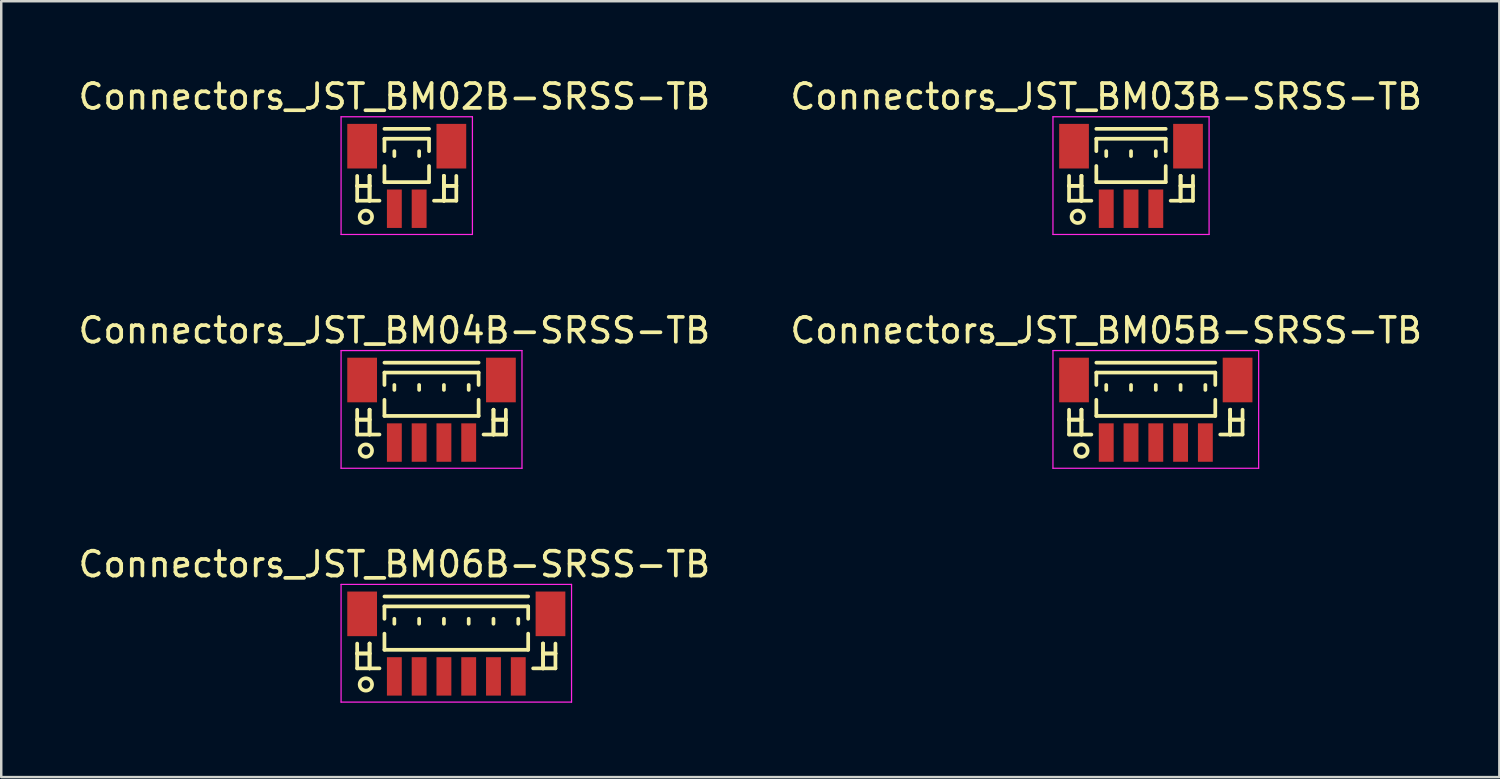
<source format=kicad_pcb>
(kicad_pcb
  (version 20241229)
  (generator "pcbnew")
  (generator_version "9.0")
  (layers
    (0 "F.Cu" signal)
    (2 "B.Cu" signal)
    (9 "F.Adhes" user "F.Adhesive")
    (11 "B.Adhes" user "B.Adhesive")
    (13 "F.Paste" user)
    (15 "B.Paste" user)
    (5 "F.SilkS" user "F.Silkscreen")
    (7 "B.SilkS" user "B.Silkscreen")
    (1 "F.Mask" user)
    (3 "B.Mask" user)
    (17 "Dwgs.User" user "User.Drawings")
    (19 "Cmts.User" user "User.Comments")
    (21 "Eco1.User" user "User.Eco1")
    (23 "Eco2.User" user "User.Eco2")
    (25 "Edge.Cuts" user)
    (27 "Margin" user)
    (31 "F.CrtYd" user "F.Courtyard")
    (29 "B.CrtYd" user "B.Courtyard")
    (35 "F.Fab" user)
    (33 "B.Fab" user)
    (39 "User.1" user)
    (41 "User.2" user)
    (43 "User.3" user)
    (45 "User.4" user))
  (footprint "Connectors_JST_BM04B-SRSS-TB"
    (layer "F.Cu")
    (at 14.363 13.546)
    (property "Reference" "Connectors_JST_BM04B-SRSS-TB" (at -1.5 -3.263 0) (layer "F.SilkS") (effects (font (size 1 1) (thickness 0.15))))
    (attr smd)
    (fp_line (start -3 -0.062) (end -3 0.938) (stroke (width 0.15) (type solid)) (layer "F.SilkS"))
    (fp_line (start -3 0.338) (end -3 0.338) (stroke (width 0.15) (type solid)) (layer "F.SilkS"))
    (fp_line (start -3 0.338) (end -2.5 0.338) (stroke (width 0.15) (type solid)) (layer "F.SilkS"))
    (fp_line (start -3 0.938) (end -2.1 0.938) (stroke (width 0.15) (type solid)) (layer "F.SilkS"))
    (fp_line (start -2.5 -0.062) (end -2.5 -0.062) (stroke (width 0.15) (type solid)) (layer "F.SilkS"))
    (fp_line (start -2.5 -0.062) (end -2.5 0.938) (stroke (width 0.15) (type solid)) (layer "F.SilkS"))
    (fp_line (start -2.5 0.338) (end -3 0.338) (stroke (width 0.15) (type solid)) (layer "F.SilkS"))
    (fp_line (start -2.5 0.338) (end -2.5 0.338) (stroke (width 0.15) (type solid)) (layer "F.SilkS"))
    (fp_line (start -2.5 0.938) (end -2.5 -0.062) (stroke (width 0.15) (type solid)) (layer "F.SilkS"))
    (fp_line (start -2.5 0.938) (end -2.5 0.938) (stroke (width 0.15) (type solid)) (layer "F.SilkS"))
    (fp_line (start -1.9 -1.962) (end 1.9 -1.962) (stroke (width 0.15) (type solid)) (layer "F.SilkS"))
    (fp_line (start -1.9 -1.562) (end 1.9 -1.562) (stroke (width 0.15) (type solid)) (layer "F.SilkS"))
    (fp_line (start -1.9 -1.062) (end -1.9 -1.562) (stroke (width 0.15) (type solid)) (layer "F.SilkS"))
    (fp_line (start -1.9 -0.463) (end -1.9 0.188) (stroke (width 0.15) (type solid)) (layer "F.SilkS"))
    (fp_line (start -1.9 0.188) (end 1.9 0.188) (stroke (width 0.15) (type solid)) (layer "F.SilkS"))
    (fp_line (start -1.5 -1.062) (end -1.5 -0.863) (stroke (width 0.15) (type solid)) (layer "F.SilkS"))
    (fp_line (start -0.5 -1.062) (end -0.5 -0.863) (stroke (width 0.15) (type solid)) (layer "F.SilkS"))
    (fp_line (start 0.5 -1.062) (end 0.5 -0.863) (stroke (width 0.15) (type solid)) (layer "F.SilkS"))
    (fp_line (start 1.5 -1.062) (end 1.5 -0.863) (stroke (width 0.15) (type solid)) (layer "F.SilkS"))
    (fp_line (start 1.9 -1.562) (end 1.9 -1.062) (stroke (width 0.15) (type solid)) (layer "F.SilkS"))
    (fp_line (start 1.9 0.188) (end 1.9 -0.463) (stroke (width 0.15) (type solid)) (layer "F.SilkS"))
    (fp_line (start 2.5 -0.062) (end 2.5 -0.062) (stroke (width 0.15) (type solid)) (layer "F.SilkS"))
    (fp_line (start 2.5 -0.062) (end 2.5 0.938) (stroke (width 0.15) (type solid)) (layer "F.SilkS"))
    (fp_line (start 2.5 0.338) (end 2.5 0.338) (stroke (width 0.15) (type solid)) (layer "F.SilkS"))
    (fp_line (start 2.5 0.338) (end 3 0.338) (stroke (width 0.15) (type solid)) (layer "F.SilkS"))
    (fp_line (start 2.5 0.938) (end 2.5 -0.062) (stroke (width 0.15) (type solid)) (layer "F.SilkS"))
    (fp_line (start 2.5 0.938) (end 2.5 0.938) (stroke (width 0.15) (type solid)) (layer "F.SilkS"))
    (fp_line (start 3 -0.062) (end 3 0.938) (stroke (width 0.15) (type solid)) (layer "F.SilkS"))
    (fp_line (start 3 0.338) (end 2.5 0.338) (stroke (width 0.15) (type solid)) (layer "F.SilkS"))
    (fp_line (start 3 0.338) (end 3 0.338) (stroke (width 0.15) (type solid)) (layer "F.SilkS"))
    (fp_line (start 3 0.938) (end 2.1 0.938) (stroke (width 0.15) (type solid)) (layer "F.SilkS"))
    (fp_circle (center -2.65 1.587) (end -2.4 1.587) (stroke (width 0.15) (type solid)) (fill no) (layer "F.SilkS"))
    (fp_line (start -3.65 -2.45) (end 3.65 -2.45) (stroke (width 0.05) (type solid)) (layer "F.CrtYd"))
    (fp_line (start -3.65 2.3) (end -3.65 -2.45) (stroke (width 0.05) (type solid)) (layer "F.CrtYd"))
    (fp_line (start 3.65 -2.45) (end 3.65 2.3) (stroke (width 0.05) (type solid)) (layer "F.CrtYd"))
    (fp_line (start 3.65 2.3) (end -3.65 2.3) (stroke (width 0.05) (type solid)) (layer "F.CrtYd"))
    (pad "" smd rect (at -2.8 -1.262) (size 1.2 1.8) (layers "F.Cu" "F.Mask" "F.Paste"))
    (pad "" smd rect (at 2.8 -1.262) (size 1.2 1.8) (layers "F.Cu" "F.Mask" "F.Paste"))
    (pad "1" smd rect (at -1.5 1.262) (size 0.6 1.55) (layers "F.Cu" "F.Mask" "F.Paste"))
    (pad "2" smd rect (at -0.5 1.262) (size 0.6 1.55) (layers "F.Cu" "F.Mask" "F.Paste"))
    (pad "3" smd rect (at 0.5 1.262) (size 0.6 1.55) (layers "F.Cu" "F.Mask" "F.Paste"))
    (pad "4" smd rect (at 1.5 1.262) (size 0.6 1.55) (layers "F.Cu" "F.Mask" "F.Paste")))
  (footprint "Connectors_JST_BM05B-SRSS-TB"
    (layer "F.Cu")
    (at 43.589 13.546)
    (property "Reference" "Connectors_JST_BM05B-SRSS-TB" (at -2 -3.263 0) (layer "F.SilkS") (effects (font (size 1 1) (thickness 0.15))))
    (attr smd)
    (fp_line (start -3.5 -0.062) (end -3.5 0.938) (stroke (width 0.15) (type solid)) (layer "F.SilkS"))
    (fp_line (start -3.5 0.338) (end -3.5 0.338) (stroke (width 0.15) (type solid)) (layer "F.SilkS"))
    (fp_line (start -3.5 0.338) (end -3 0.338) (stroke (width 0.15) (type solid)) (layer "F.SilkS"))
    (fp_line (start -3.5 0.938) (end -2.6 0.938) (stroke (width 0.15) (type solid)) (layer "F.SilkS"))
    (fp_line (start -3 -0.062) (end -3 -0.062) (stroke (width 0.15) (type solid)) (layer "F.SilkS"))
    (fp_line (start -3 -0.062) (end -3 0.938) (stroke (width 0.15) (type solid)) (layer "F.SilkS"))
    (fp_line (start -3 0.338) (end -3.5 0.338) (stroke (width 0.15) (type solid)) (layer "F.SilkS"))
    (fp_line (start -3 0.338) (end -3 0.338) (stroke (width 0.15) (type solid)) (layer "F.SilkS"))
    (fp_line (start -3 0.938) (end -3 -0.062) (stroke (width 0.15) (type solid)) (layer "F.SilkS"))
    (fp_line (start -3 0.938) (end -3 0.938) (stroke (width 0.15) (type solid)) (layer "F.SilkS"))
    (fp_line (start -2.4 -1.962) (end 2.4 -1.962) (stroke (width 0.15) (type solid)) (layer "F.SilkS"))
    (fp_line (start -2.4 -1.562) (end 2.4 -1.562) (stroke (width 0.15) (type solid)) (layer "F.SilkS"))
    (fp_line (start -2.4 -1.062) (end -2.4 -1.562) (stroke (width 0.15) (type solid)) (layer "F.SilkS"))
    (fp_line (start -2.4 -0.463) (end -2.4 0.188) (stroke (width 0.15) (type solid)) (layer "F.SilkS"))
    (fp_line (start -2.4 0.188) (end 2.4 0.188) (stroke (width 0.15) (type solid)) (layer "F.SilkS"))
    (fp_line (start -2 -1.062) (end -2 -0.863) (stroke (width 0.15) (type solid)) (layer "F.SilkS"))
    (fp_line (start -1 -1.062) (end -1 -0.863) (stroke (width 0.15) (type solid)) (layer "F.SilkS"))
    (fp_line (start 0 -1.062) (end 0 -0.863) (stroke (width 0.15) (type solid)) (layer "F.SilkS"))
    (fp_line (start 1 -1.062) (end 1 -0.863) (stroke (width 0.15) (type solid)) (layer "F.SilkS"))
    (fp_line (start 2 -1.062) (end 2 -0.863) (stroke (width 0.15) (type solid)) (layer "F.SilkS"))
    (fp_line (start 2.4 -1.562) (end 2.4 -1.062) (stroke (width 0.15) (type solid)) (layer "F.SilkS"))
    (fp_line (start 2.4 0.188) (end 2.4 -0.463) (stroke (width 0.15) (type solid)) (layer "F.SilkS"))
    (fp_line (start 3 -0.062) (end 3 -0.062) (stroke (width 0.15) (type solid)) (layer "F.SilkS"))
    (fp_line (start 3 -0.062) (end 3 0.938) (stroke (width 0.15) (type solid)) (layer "F.SilkS"))
    (fp_line (start 3 0.338) (end 3 0.338) (stroke (width 0.15) (type solid)) (layer "F.SilkS"))
    (fp_line (start 3 0.338) (end 3.5 0.338) (stroke (width 0.15) (type solid)) (layer "F.SilkS"))
    (fp_line (start 3 0.938) (end 3 -0.062) (stroke (width 0.15) (type solid)) (layer "F.SilkS"))
    (fp_line (start 3 0.938) (end 3 0.938) (stroke (width 0.15) (type solid)) (layer "F.SilkS"))
    (fp_line (start 3.5 -0.062) (end 3.5 0.938) (stroke (width 0.15) (type solid)) (layer "F.SilkS"))
    (fp_line (start 3.5 0.338) (end 3 0.338) (stroke (width 0.15) (type solid)) (layer "F.SilkS"))
    (fp_line (start 3.5 0.338) (end 3.5 0.338) (stroke (width 0.15) (type solid)) (layer "F.SilkS"))
    (fp_line (start 3.5 0.938) (end 2.6 0.938) (stroke (width 0.15) (type solid)) (layer "F.SilkS"))
    (fp_circle (center -3 1.587) (end -2.75 1.587) (stroke (width 0.15) (type solid)) (fill no) (layer "F.SilkS"))
    (fp_line (start -4.15 -2.45) (end 4.15 -2.45) (stroke (width 0.05) (type solid)) (layer "F.CrtYd"))
    (fp_line (start -4.15 2.3) (end -4.15 -2.45) (stroke (width 0.05) (type solid)) (layer "F.CrtYd"))
    (fp_line (start 4.15 -2.45) (end 4.15 2.3) (stroke (width 0.05) (type solid)) (layer "F.CrtYd"))
    (fp_line (start 4.15 2.3) (end -4.15 2.3) (stroke (width 0.05) (type solid)) (layer "F.CrtYd"))
    (pad "" smd rect (at -3.3 -1.262) (size 1.2 1.8) (layers "F.Cu" "F.Mask" "F.Paste"))
    (pad "" smd rect (at 3.3 -1.262) (size 1.2 1.8) (layers "F.Cu" "F.Mask" "F.Paste"))
    (pad "1" smd rect (at -2 1.262) (size 0.6 1.55) (layers "F.Cu" "F.Mask" "F.Paste"))
    (pad "2" smd rect (at -1 1.262) (size 0.6 1.55) (layers "F.Cu" "F.Mask" "F.Paste"))
    (pad "3" smd rect (at 0 1.262) (size 0.6 1.55) (layers "F.Cu" "F.Mask" "F.Paste"))
    (pad "4" smd rect (at 1 1.262) (size 0.6 1.55) (layers "F.Cu" "F.Mask" "F.Paste"))
    (pad "5" smd rect (at 2 1.262) (size 0.6 1.55) (layers "F.Cu" "F.Mask" "F.Paste")))
  (footprint "Connectors_JST_BM06B-SRSS-TB"
    (layer "F.Cu")
    (at 15.363 22.982)
    (property "Reference" "Connectors_JST_BM06B-SRSS-TB" (at -2.5 -3.263 0) (layer "F.SilkS") (effects (font (size 1 1) (thickness 0.15))))
    (attr smd)
    (fp_line (start -4 -0.062) (end -4 0.938) (stroke (width 0.15) (type solid)) (layer "F.SilkS"))
    (fp_line (start -4 0.338) (end -4 0.338) (stroke (width 0.15) (type solid)) (layer "F.SilkS"))
    (fp_line (start -4 0.338) (end -3.5 0.338) (stroke (width 0.15) (type solid)) (layer "F.SilkS"))
    (fp_line (start -4 0.938) (end -3.1 0.938) (stroke (width 0.15) (type solid)) (layer "F.SilkS"))
    (fp_line (start -3.5 -0.062) (end -3.5 -0.062) (stroke (width 0.15) (type solid)) (layer "F.SilkS"))
    (fp_line (start -3.5 -0.062) (end -3.5 0.938) (stroke (width 0.15) (type solid)) (layer "F.SilkS"))
    (fp_line (start -3.5 0.338) (end -4 0.338) (stroke (width 0.15) (type solid)) (layer "F.SilkS"))
    (fp_line (start -3.5 0.338) (end -3.5 0.338) (stroke (width 0.15) (type solid)) (layer "F.SilkS"))
    (fp_line (start -3.5 0.938) (end -3.5 -0.062) (stroke (width 0.15) (type solid)) (layer "F.SilkS"))
    (fp_line (start -3.5 0.938) (end -3.5 0.938) (stroke (width 0.15) (type solid)) (layer "F.SilkS"))
    (fp_line (start -2.9 -1.962) (end 2.9 -1.962) (stroke (width 0.15) (type solid)) (layer "F.SilkS"))
    (fp_line (start -2.9 -1.562) (end 2.9 -1.562) (stroke (width 0.15) (type solid)) (layer "F.SilkS"))
    (fp_line (start -2.9 -1.062) (end -2.9 -1.562) (stroke (width 0.15) (type solid)) (layer "F.SilkS"))
    (fp_line (start -2.9 -0.463) (end -2.9 0.188) (stroke (width 0.15) (type solid)) (layer "F.SilkS"))
    (fp_line (start -2.9 0.188) (end 2.9 0.188) (stroke (width 0.15) (type solid)) (layer "F.SilkS"))
    (fp_line (start -2.5 -1.062) (end -2.5 -0.863) (stroke (width 0.15) (type solid)) (layer "F.SilkS"))
    (fp_line (start -1.5 -1.062) (end -1.5 -0.863) (stroke (width 0.15) (type solid)) (layer "F.SilkS"))
    (fp_line (start -0.5 -1.062) (end -0.5 -0.863) (stroke (width 0.15) (type solid)) (layer "F.SilkS"))
    (fp_line (start 0.5 -1.062) (end 0.5 -0.863) (stroke (width 0.15) (type solid)) (layer "F.SilkS"))
    (fp_line (start 1.5 -1.062) (end 1.5 -0.863) (stroke (width 0.15) (type solid)) (layer "F.SilkS"))
    (fp_line (start 2.5 -1.062) (end 2.5 -0.863) (stroke (width 0.15) (type solid)) (layer "F.SilkS"))
    (fp_line (start 2.9 -1.562) (end 2.9 -1.062) (stroke (width 0.15) (type solid)) (layer "F.SilkS"))
    (fp_line (start 2.9 0.188) (end 2.9 -0.463) (stroke (width 0.15) (type solid)) (layer "F.SilkS"))
    (fp_line (start 3.5 -0.062) (end 3.5 -0.062) (stroke (width 0.15) (type solid)) (layer "F.SilkS"))
    (fp_line (start 3.5 -0.062) (end 3.5 0.938) (stroke (width 0.15) (type solid)) (layer "F.SilkS"))
    (fp_line (start 3.5 0.338) (end 3.5 0.338) (stroke (width 0.15) (type solid)) (layer "F.SilkS"))
    (fp_line (start 3.5 0.338) (end 4 0.338) (stroke (width 0.15) (type solid)) (layer "F.SilkS"))
    (fp_line (start 3.5 0.938) (end 3.5 -0.062) (stroke (width 0.15) (type solid)) (layer "F.SilkS"))
    (fp_line (start 3.5 0.938) (end 3.5 0.938) (stroke (width 0.15) (type solid)) (layer "F.SilkS"))
    (fp_line (start 4 -0.062) (end 4 0.938) (stroke (width 0.15) (type solid)) (layer "F.SilkS"))
    (fp_line (start 4 0.338) (end 3.5 0.338) (stroke (width 0.15) (type solid)) (layer "F.SilkS"))
    (fp_line (start 4 0.338) (end 4 0.338) (stroke (width 0.15) (type solid)) (layer "F.SilkS"))
    (fp_line (start 4 0.938) (end 3.1 0.938) (stroke (width 0.15) (type solid)) (layer "F.SilkS"))
    (fp_circle (center -3.65 1.587) (end -3.4 1.587) (stroke (width 0.15) (type solid)) (fill no) (layer "F.SilkS"))
    (fp_line (start -4.65 -2.45) (end 4.65 -2.45) (stroke (width 0.05) (type solid)) (layer "F.CrtYd"))
    (fp_line (start -4.65 2.3) (end -4.65 -2.45) (stroke (width 0.05) (type solid)) (layer "F.CrtYd"))
    (fp_line (start 4.65 -2.45) (end 4.65 2.3) (stroke (width 0.05) (type solid)) (layer "F.CrtYd"))
    (fp_line (start 4.65 2.3) (end -4.65 2.3) (stroke (width 0.05) (type solid)) (layer "F.CrtYd"))
    (pad "" smd rect (at -3.8 -1.262) (size 1.2 1.8) (layers "F.Cu" "F.Mask" "F.Paste"))
    (pad "" smd rect (at 3.8 -1.262) (size 1.2 1.8) (layers "F.Cu" "F.Mask" "F.Paste"))
    (pad "1" smd rect (at -2.5 1.262) (size 0.6 1.55) (layers "F.Cu" "F.Mask" "F.Paste"))
    (pad "2" smd rect (at -1.5 1.262) (size 0.6 1.55) (layers "F.Cu" "F.Mask" "F.Paste"))
    (pad "3" smd rect (at -0.5 1.262) (size 0.6 1.55) (layers "F.Cu" "F.Mask" "F.Paste"))
    (pad "4" smd rect (at 0.5 1.262) (size 0.6 1.55) (layers "F.Cu" "F.Mask" "F.Paste"))
    (pad "5" smd rect (at 1.5 1.262) (size 0.6 1.55) (layers "F.Cu" "F.Mask" "F.Paste"))
    (pad "6" smd rect (at 2.5 1.262) (size 0.6 1.55) (layers "F.Cu" "F.Mask" "F.Paste")))
  (footprint "Connectors_JST_BM02B-SRSS-TB"
    (layer "F.Cu")
    (at 13.363 4.111)
    (property "Reference" "Connectors_JST_BM02B-SRSS-TB" (at -0.5 -3.263 0) (layer "F.SilkS") (effects (font (size 1 1) (thickness 0.15))))
    (attr smd)
    (fp_line (start -2 -0.062) (end -2 0.938) (stroke (width 0.15) (type solid)) (layer "F.SilkS"))
    (fp_line (start -2 0.338) (end -2 0.338) (stroke (width 0.15) (type solid)) (layer "F.SilkS"))
    (fp_line (start -2 0.338) (end -1.5 0.338) (stroke (width 0.15) (type solid)) (layer "F.SilkS"))
    (fp_line (start -2 0.938) (end -1.1 0.938) (stroke (width 0.15) (type solid)) (layer "F.SilkS"))
    (fp_line (start -1.5 -0.062) (end -1.5 -0.062) (stroke (width 0.15) (type solid)) (layer "F.SilkS"))
    (fp_line (start -1.5 -0.062) (end -1.5 0.938) (stroke (width 0.15) (type solid)) (layer "F.SilkS"))
    (fp_line (start -1.5 0.338) (end -2 0.338) (stroke (width 0.15) (type solid)) (layer "F.SilkS"))
    (fp_line (start -1.5 0.338) (end -1.5 0.338) (stroke (width 0.15) (type solid)) (layer "F.SilkS"))
    (fp_line (start -1.5 0.938) (end -1.5 -0.062) (stroke (width 0.15) (type solid)) (layer "F.SilkS"))
    (fp_line (start -1.5 0.938) (end -1.5 0.938) (stroke (width 0.15) (type solid)) (layer "F.SilkS"))
    (fp_line (start -0.9 -1.962) (end 0.9 -1.962) (stroke (width 0.15) (type solid)) (layer "F.SilkS"))
    (fp_line (start -0.9 -1.562) (end 0.9 -1.562) (stroke (width 0.15) (type solid)) (layer "F.SilkS"))
    (fp_line (start -0.9 -1.062) (end -0.9 -1.562) (stroke (width 0.15) (type solid)) (layer "F.SilkS"))
    (fp_line (start -0.9 -0.463) (end -0.9 0.188) (stroke (width 0.15) (type solid)) (layer "F.SilkS"))
    (fp_line (start -0.9 0.188) (end 0.9 0.188) (stroke (width 0.15) (type solid)) (layer "F.SilkS"))
    (fp_line (start -0.5 -1.062) (end -0.5 -0.863) (stroke (width 0.15) (type solid)) (layer "F.SilkS"))
    (fp_line (start 0.5 -1.062) (end 0.5 -0.863) (stroke (width 0.15) (type solid)) (layer "F.SilkS"))
    (fp_line (start 0.9 -1.562) (end 0.9 -1.062) (stroke (width 0.15) (type solid)) (layer "F.SilkS"))
    (fp_line (start 0.9 0.188) (end 0.9 -0.463) (stroke (width 0.15) (type solid)) (layer "F.SilkS"))
    (fp_line (start 1.5 -0.062) (end 1.5 -0.062) (stroke (width 0.15) (type solid)) (layer "F.SilkS"))
    (fp_line (start 1.5 -0.062) (end 1.5 0.938) (stroke (width 0.15) (type solid)) (layer "F.SilkS"))
    (fp_line (start 1.5 0.338) (end 1.5 0.338) (stroke (width 0.15) (type solid)) (layer "F.SilkS"))
    (fp_line (start 1.5 0.338) (end 2 0.338) (stroke (width 0.15) (type solid)) (layer "F.SilkS"))
    (fp_line (start 1.5 0.938) (end 1.5 -0.062) (stroke (width 0.15) (type solid)) (layer "F.SilkS"))
    (fp_line (start 1.5 0.938) (end 1.5 0.938) (stroke (width 0.15) (type solid)) (layer "F.SilkS"))
    (fp_line (start 2 -0.062) (end 2 0.938) (stroke (width 0.15) (type solid)) (layer "F.SilkS"))
    (fp_line (start 2 0.338) (end 1.5 0.338) (stroke (width 0.15) (type solid)) (layer "F.SilkS"))
    (fp_line (start 2 0.338) (end 2 0.338) (stroke (width 0.15) (type solid)) (layer "F.SilkS"))
    (fp_line (start 2 0.938) (end 1.1 0.938) (stroke (width 0.15) (type solid)) (layer "F.SilkS"))
    (fp_circle (center -1.65 1.587) (end -1.4 1.587) (stroke (width 0.15) (type solid)) (fill no) (layer "F.SilkS"))
    (fp_line (start -2.65 -2.45) (end 2.65 -2.45) (stroke (width 0.05) (type solid)) (layer "F.CrtYd"))
    (fp_line (start -2.65 2.3) (end -2.65 -2.45) (stroke (width 0.05) (type solid)) (layer "F.CrtYd"))
    (fp_line (start 2.65 -2.45) (end 2.65 2.3) (stroke (width 0.05) (type solid)) (layer "F.CrtYd"))
    (fp_line (start 2.65 2.3) (end -2.65 2.3) (stroke (width 0.05) (type solid)) (layer "F.CrtYd"))
    (pad "" smd rect (at -1.8 -1.262) (size 1.2 1.8) (layers "F.Cu" "F.Mask" "F.Paste"))
    (pad "" smd rect (at 1.8 -1.262) (size 1.2 1.8) (layers "F.Cu" "F.Mask" "F.Paste"))
    (pad "1" smd rect (at -0.5 1.262) (size 0.6 1.55) (layers "F.Cu" "F.Mask" "F.Paste"))
    (pad "2" smd rect (at 0.5 1.262) (size 0.6 1.55) (layers "F.Cu" "F.Mask" "F.Paste")))
  (footprint "Connectors_JST_BM03B-SRSS-TB"
    (layer "F.Cu")
    (at 42.589 4.111)
    (property "Reference" "Connectors_JST_BM03B-SRSS-TB" (at -1 -3.263 0) (layer "F.SilkS") (effects (font (size 1 1) (thickness 0.15))))
    (attr smd)
    (fp_line (start -2.5 -0.062) (end -2.5 0.938) (stroke (width 0.15) (type solid)) (layer "F.SilkS"))
    (fp_line (start -2.5 0.338) (end -2.5 0.338) (stroke (width 0.15) (type solid)) (layer "F.SilkS"))
    (fp_line (start -2.5 0.338) (end -2 0.338) (stroke (width 0.15) (type solid)) (layer "F.SilkS"))
    (fp_line (start -2.5 0.938) (end -1.6 0.938) (stroke (width 0.15) (type solid)) (layer "F.SilkS"))
    (fp_line (start -2 -0.062) (end -2 -0.062) (stroke (width 0.15) (type solid)) (layer "F.SilkS"))
    (fp_line (start -2 -0.062) (end -2 0.938) (stroke (width 0.15) (type solid)) (layer "F.SilkS"))
    (fp_line (start -2 0.338) (end -2.5 0.338) (stroke (width 0.15) (type solid)) (layer "F.SilkS"))
    (fp_line (start -2 0.338) (end -2 0.338) (stroke (width 0.15) (type solid)) (layer "F.SilkS"))
    (fp_line (start -2 0.938) (end -2 -0.062) (stroke (width 0.15) (type solid)) (layer "F.SilkS"))
    (fp_line (start -2 0.938) (end -2 0.938) (stroke (width 0.15) (type solid)) (layer "F.SilkS"))
    (fp_line (start -1.4 -1.962) (end 1.4 -1.962) (stroke (width 0.15) (type solid)) (layer "F.SilkS"))
    (fp_line (start -1.4 -1.562) (end 1.4 -1.562) (stroke (width 0.15) (type solid)) (layer "F.SilkS"))
    (fp_line (start -1.4 -1.062) (end -1.4 -1.562) (stroke (width 0.15) (type solid)) (layer "F.SilkS"))
    (fp_line (start -1.4 -0.463) (end -1.4 0.188) (stroke (width 0.15) (type solid)) (layer "F.SilkS"))
    (fp_line (start -1.4 0.188) (end 1.4 0.188) (stroke (width 0.15) (type solid)) (layer "F.SilkS"))
    (fp_line (start -1 -1.062) (end -1 -0.863) (stroke (width 0.15) (type solid)) (layer "F.SilkS"))
    (fp_line (start 0 -1.062) (end 0 -0.863) (stroke (width 0.15) (type solid)) (layer "F.SilkS"))
    (fp_line (start 1 -1.062) (end 1 -0.863) (stroke (width 0.15) (type solid)) (layer "F.SilkS"))
    (fp_line (start 1.4 -1.562) (end 1.4 -1.062) (stroke (width 0.15) (type solid)) (layer "F.SilkS"))
    (fp_line (start 1.4 0.188) (end 1.4 -0.463) (stroke (width 0.15) (type solid)) (layer "F.SilkS"))
    (fp_line (start 2 -0.062) (end 2 -0.062) (stroke (width 0.15) (type solid)) (layer "F.SilkS"))
    (fp_line (start 2 -0.062) (end 2 0.938) (stroke (width 0.15) (type solid)) (layer "F.SilkS"))
    (fp_line (start 2 0.338) (end 2 0.338) (stroke (width 0.15) (type solid)) (layer "F.SilkS"))
    (fp_line (start 2 0.338) (end 2.5 0.338) (stroke (width 0.15) (type solid)) (layer "F.SilkS"))
    (fp_line (start 2 0.938) (end 2 -0.062) (stroke (width 0.15) (type solid)) (layer "F.SilkS"))
    (fp_line (start 2 0.938) (end 2 0.938) (stroke (width 0.15) (type solid)) (layer "F.SilkS"))
    (fp_line (start 2.5 -0.062) (end 2.5 0.938) (stroke (width 0.15) (type solid)) (layer "F.SilkS"))
    (fp_line (start 2.5 0.338) (end 2 0.338) (stroke (width 0.15) (type solid)) (layer "F.SilkS"))
    (fp_line (start 2.5 0.338) (end 2.5 0.338) (stroke (width 0.15) (type solid)) (layer "F.SilkS"))
    (fp_line (start 2.5 0.938) (end 1.6 0.938) (stroke (width 0.15) (type solid)) (layer "F.SilkS"))
    (fp_circle (center -2.15 1.587) (end -1.9 1.587) (stroke (width 0.15) (type solid)) (fill no) (layer "F.SilkS"))
    (fp_line (start -3.15 -2.45) (end 3.15 -2.45) (stroke (width 0.05) (type solid)) (layer "F.CrtYd"))
    (fp_line (start -3.15 2.3) (end -3.15 -2.45) (stroke (width 0.05) (type solid)) (layer "F.CrtYd"))
    (fp_line (start 3.15 -2.45) (end 3.15 2.3) (stroke (width 0.05) (type solid)) (layer "F.CrtYd"))
    (fp_line (start 3.15 2.3) (end -3.15 2.3) (stroke (width 0.05) (type solid)) (layer "F.CrtYd"))
    (pad "" smd rect (at -2.3 -1.262) (size 1.2 1.8) (layers "F.Cu" "F.Mask" "F.Paste"))
    (pad "" smd rect (at 2.3 -1.262) (size 1.2 1.8) (layers "F.Cu" "F.Mask" "F.Paste"))
    (pad "1" smd rect (at -1 1.262) (size 0.6 1.55) (layers "F.Cu" "F.Mask" "F.Paste"))
    (pad "2" smd rect (at 0 1.262) (size 0.6 1.55) (layers "F.Cu" "F.Mask" "F.Paste"))
    (pad "3" smd rect (at 1 1.262) (size 0.6 1.55) (layers "F.Cu" "F.Mask" "F.Paste")))
  (gr_rect
    (start -3 -3)
    (end 57.452 28.307)
    (stroke (width 0.1) (type default))
    (fill no)
    (layer "Edge.Cuts")))
</source>
